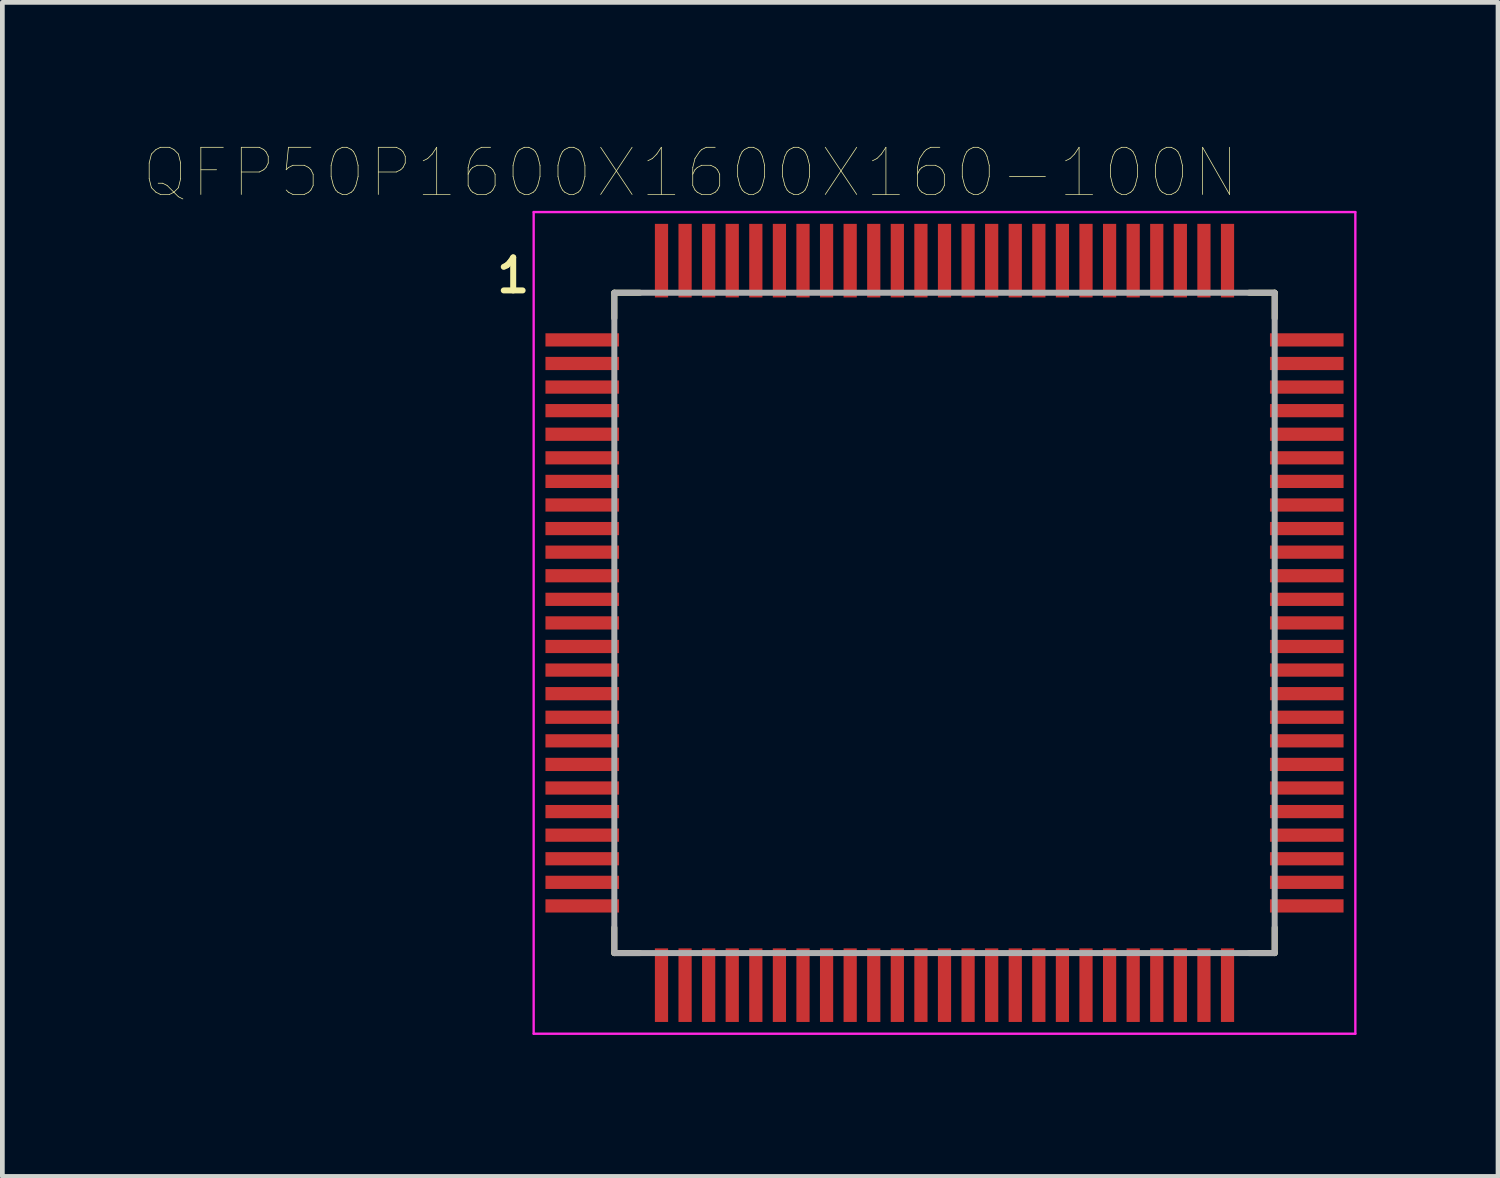
<source format=kicad_pcb>
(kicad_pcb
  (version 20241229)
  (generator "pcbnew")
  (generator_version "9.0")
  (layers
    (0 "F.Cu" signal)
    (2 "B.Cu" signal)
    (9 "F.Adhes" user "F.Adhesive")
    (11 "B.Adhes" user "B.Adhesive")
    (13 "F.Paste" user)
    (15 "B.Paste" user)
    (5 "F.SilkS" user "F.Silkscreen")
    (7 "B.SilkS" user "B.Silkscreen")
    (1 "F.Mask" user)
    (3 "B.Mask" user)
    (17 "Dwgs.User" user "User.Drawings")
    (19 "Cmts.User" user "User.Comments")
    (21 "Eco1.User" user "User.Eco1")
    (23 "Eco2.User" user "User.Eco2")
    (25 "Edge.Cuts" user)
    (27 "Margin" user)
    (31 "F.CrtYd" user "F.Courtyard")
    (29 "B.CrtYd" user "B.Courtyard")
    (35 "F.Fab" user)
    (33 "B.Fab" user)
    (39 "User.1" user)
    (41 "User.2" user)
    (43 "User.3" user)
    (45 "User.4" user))
  (footprint "QFP50P1600X1600X160-100N"
    (layer "F.Cu")
    (at 16.974 10.156)
    (property "Reference" "QFP50P1600X1600X160-100N" (at -5.385 -9.545 0) (layer "F.SilkS") (effects (font (size 1 1) (thickness 0.015))))
    (attr through_hole)
    (fp_line (start -7 -7) (end -7 -6.46) (stroke (width 0.127) (type solid)) (layer "F.SilkS"))
    (fp_line (start -7 -7) (end -6.46 -7) (stroke (width 0.127) (type solid)) (layer "F.SilkS"))
    (fp_line (start -7 7) (end -7 6.46) (stroke (width 0.127) (type solid)) (layer "F.SilkS"))
    (fp_line (start -7 7) (end -6.46 7) (stroke (width 0.127) (type solid)) (layer "F.SilkS"))
    (fp_line (start 7 -7) (end 6.46 -7) (stroke (width 0.127) (type solid)) (layer "F.SilkS"))
    (fp_line (start 7 -7) (end 7 -6.46) (stroke (width 0.127) (type solid)) (layer "F.SilkS"))
    (fp_line (start 7 7) (end 6.46 7) (stroke (width 0.127) (type solid)) (layer "F.SilkS"))
    (fp_line (start 7 7) (end 7 6.46) (stroke (width 0.127) (type solid)) (layer "F.SilkS"))
    (fp_line (start -8.71 -8.71) (end 8.71 -8.71) (stroke (width 0.05) (type solid)) (layer "F.CrtYd"))
    (fp_line (start -8.71 8.71) (end -8.71 -8.71) (stroke (width 0.05) (type solid)) (layer "F.CrtYd"))
    (fp_line (start -8.71 8.71) (end 8.71 8.71) (stroke (width 0.05) (type solid)) (layer "F.CrtYd"))
    (fp_line (start 8.71 8.71) (end 8.71 -8.71) (stroke (width 0.05) (type solid)) (layer "F.CrtYd"))
    (fp_line (start -7 7) (end -7 -7) (stroke (width 0.127) (type solid)) (layer "F.Fab"))
    (fp_line (start 7 -7) (end -7 -7) (stroke (width 0.127) (type solid)) (layer "F.Fab"))
    (fp_line (start 7 7) (end -7 7) (stroke (width 0.127) (type solid)) (layer "F.Fab"))
    (fp_line (start 7 7) (end 7 -7) (stroke (width 0.127) (type solid)) (layer "F.Fab"))
    (fp_text user "1" (at -9.144 -7.366 0) (layer "F.SilkS") (effects (font (size 0.7 0.7) (thickness 0.127))))
    (pad "1" smd rect (at -7.68 -6) (size 1.56 0.28) (layers "F.Cu" "F.Mask" "F.Paste"))
    (pad "2" smd rect (at -7.68 -5.5) (size 1.56 0.28) (layers "F.Cu" "F.Mask" "F.Paste"))
    (pad "3" smd rect (at -7.68 -5) (size 1.56 0.28) (layers "F.Cu" "F.Mask" "F.Paste"))
    (pad "4" smd rect (at -7.68 -4.5) (size 1.56 0.28) (layers "F.Cu" "F.Mask" "F.Paste"))
    (pad "5" smd rect (at -7.68 -4) (size 1.56 0.28) (layers "F.Cu" "F.Mask" "F.Paste"))
    (pad "6" smd rect (at -7.68 -3.5) (size 1.56 0.28) (layers "F.Cu" "F.Mask" "F.Paste"))
    (pad "7" smd rect (at -7.68 -3) (size 1.56 0.28) (layers "F.Cu" "F.Mask" "F.Paste"))
    (pad "8" smd rect (at -7.68 -2.5) (size 1.56 0.28) (layers "F.Cu" "F.Mask" "F.Paste"))
    (pad "9" smd rect (at -7.68 -2) (size 1.56 0.28) (layers "F.Cu" "F.Mask" "F.Paste"))
    (pad "10" smd rect (at -7.68 -1.5) (size 1.56 0.28) (layers "F.Cu" "F.Mask" "F.Paste"))
    (pad "11" smd rect (at -7.68 -1) (size 1.56 0.28) (layers "F.Cu" "F.Mask" "F.Paste"))
    (pad "12" smd rect (at -7.68 -0.5) (size 1.56 0.28) (layers "F.Cu" "F.Mask" "F.Paste"))
    (pad "13" smd rect (at -7.68 0) (size 1.56 0.28) (layers "F.Cu" "F.Mask" "F.Paste"))
    (pad "14" smd rect (at -7.68 0.5) (size 1.56 0.28) (layers "F.Cu" "F.Mask" "F.Paste"))
    (pad "15" smd rect (at -7.68 1) (size 1.56 0.28) (layers "F.Cu" "F.Mask" "F.Paste"))
    (pad "16" smd rect (at -7.68 1.5) (size 1.56 0.28) (layers "F.Cu" "F.Mask" "F.Paste"))
    (pad "17" smd rect (at -7.68 2) (size 1.56 0.28) (layers "F.Cu" "F.Mask" "F.Paste"))
    (pad "18" smd rect (at -7.68 2.5) (size 1.56 0.28) (layers "F.Cu" "F.Mask" "F.Paste"))
    (pad "19" smd rect (at -7.68 3) (size 1.56 0.28) (layers "F.Cu" "F.Mask" "F.Paste"))
    (pad "20" smd rect (at -7.68 3.5) (size 1.56 0.28) (layers "F.Cu" "F.Mask" "F.Paste"))
    (pad "21" smd rect (at -7.68 4) (size 1.56 0.28) (layers "F.Cu" "F.Mask" "F.Paste"))
    (pad "22" smd rect (at -7.68 4.5) (size 1.56 0.28) (layers "F.Cu" "F.Mask" "F.Paste"))
    (pad "23" smd rect (at -7.68 5) (size 1.56 0.28) (layers "F.Cu" "F.Mask" "F.Paste"))
    (pad "24" smd rect (at -7.68 5.5) (size 1.56 0.28) (layers "F.Cu" "F.Mask" "F.Paste"))
    (pad "25" smd rect (at -7.68 6) (size 1.56 0.28) (layers "F.Cu" "F.Mask" "F.Paste"))
    (pad "26" smd rect (at -6 7.68) (size 0.28 1.56) (layers "F.Cu" "F.Mask" "F.Paste"))
    (pad "27" smd rect (at -5.5 7.68) (size 0.28 1.56) (layers "F.Cu" "F.Mask" "F.Paste"))
    (pad "28" smd rect (at -5 7.68) (size 0.28 1.56) (layers "F.Cu" "F.Mask" "F.Paste"))
    (pad "29" smd rect (at -4.5 7.68) (size 0.28 1.56) (layers "F.Cu" "F.Mask" "F.Paste"))
    (pad "30" smd rect (at -4 7.68) (size 0.28 1.56) (layers "F.Cu" "F.Mask" "F.Paste"))
    (pad "31" smd rect (at -3.5 7.68) (size 0.28 1.56) (layers "F.Cu" "F.Mask" "F.Paste"))
    (pad "32" smd rect (at -3 7.68) (size 0.28 1.56) (layers "F.Cu" "F.Mask" "F.Paste"))
    (pad "33" smd rect (at -2.5 7.68) (size 0.28 1.56) (layers "F.Cu" "F.Mask" "F.Paste"))
    (pad "34" smd rect (at -2 7.68) (size 0.28 1.56) (layers "F.Cu" "F.Mask" "F.Paste"))
    (pad "35" smd rect (at -1.5 7.68) (size 0.28 1.56) (layers "F.Cu" "F.Mask" "F.Paste"))
    (pad "36" smd rect (at -1 7.68) (size 0.28 1.56) (layers "F.Cu" "F.Mask" "F.Paste"))
    (pad "37" smd rect (at -0.5 7.68) (size 0.28 1.56) (layers "F.Cu" "F.Mask" "F.Paste"))
    (pad "38" smd rect (at 0 7.68) (size 0.28 1.56) (layers "F.Cu" "F.Mask" "F.Paste"))
    (pad "39" smd rect (at 0.5 7.68) (size 0.28 1.56) (layers "F.Cu" "F.Mask" "F.Paste"))
    (pad "40" smd rect (at 1 7.68) (size 0.28 1.56) (layers "F.Cu" "F.Mask" "F.Paste"))
    (pad "41" smd rect (at 1.5 7.68) (size 0.28 1.56) (layers "F.Cu" "F.Mask" "F.Paste"))
    (pad "42" smd rect (at 2 7.68) (size 0.28 1.56) (layers "F.Cu" "F.Mask" "F.Paste"))
    (pad "43" smd rect (at 2.5 7.68) (size 0.28 1.56) (layers "F.Cu" "F.Mask" "F.Paste"))
    (pad "44" smd rect (at 3 7.68) (size 0.28 1.56) (layers "F.Cu" "F.Mask" "F.Paste"))
    (pad "45" smd rect (at 3.5 7.68) (size 0.28 1.56) (layers "F.Cu" "F.Mask" "F.Paste"))
    (pad "46" smd rect (at 4 7.68) (size 0.28 1.56) (layers "F.Cu" "F.Mask" "F.Paste"))
    (pad "47" smd rect (at 4.5 7.68) (size 0.28 1.56) (layers "F.Cu" "F.Mask" "F.Paste"))
    (pad "48" smd rect (at 5 7.68) (size 0.28 1.56) (layers "F.Cu" "F.Mask" "F.Paste"))
    (pad "49" smd rect (at 5.5 7.68) (size 0.28 1.56) (layers "F.Cu" "F.Mask" "F.Paste"))
    (pad "50" smd rect (at 6 7.68) (size 0.28 1.56) (layers "F.Cu" "F.Mask" "F.Paste"))
    (pad "51" smd rect (at 7.68 6) (size 1.56 0.28) (layers "F.Cu" "F.Mask" "F.Paste"))
    (pad "52" smd rect (at 7.68 5.5) (size 1.56 0.28) (layers "F.Cu" "F.Mask" "F.Paste"))
    (pad "53" smd rect (at 7.68 5) (size 1.56 0.28) (layers "F.Cu" "F.Mask" "F.Paste"))
    (pad "54" smd rect (at 7.68 4.5) (size 1.56 0.28) (layers "F.Cu" "F.Mask" "F.Paste"))
    (pad "55" smd rect (at 7.68 4) (size 1.56 0.28) (layers "F.Cu" "F.Mask" "F.Paste"))
    (pad "56" smd rect (at 7.68 3.5) (size 1.56 0.28) (layers "F.Cu" "F.Mask" "F.Paste"))
    (pad "57" smd rect (at 7.68 3) (size 1.56 0.28) (layers "F.Cu" "F.Mask" "F.Paste"))
    (pad "58" smd rect (at 7.68 2.5) (size 1.56 0.28) (layers "F.Cu" "F.Mask" "F.Paste"))
    (pad "59" smd rect (at 7.68 2) (size 1.56 0.28) (layers "F.Cu" "F.Mask" "F.Paste"))
    (pad "60" smd rect (at 7.68 1.5) (size 1.56 0.28) (layers "F.Cu" "F.Mask" "F.Paste"))
    (pad "61" smd rect (at 7.68 1) (size 1.56 0.28) (layers "F.Cu" "F.Mask" "F.Paste"))
    (pad "62" smd rect (at 7.68 0.5) (size 1.56 0.28) (layers "F.Cu" "F.Mask" "F.Paste"))
    (pad "63" smd rect (at 7.68 0) (size 1.56 0.28) (layers "F.Cu" "F.Mask" "F.Paste"))
    (pad "64" smd rect (at 7.68 -0.5) (size 1.56 0.28) (layers "F.Cu" "F.Mask" "F.Paste"))
    (pad "65" smd rect (at 7.68 -1) (size 1.56 0.28) (layers "F.Cu" "F.Mask" "F.Paste"))
    (pad "66" smd rect (at 7.68 -1.5) (size 1.56 0.28) (layers "F.Cu" "F.Mask" "F.Paste"))
    (pad "67" smd rect (at 7.68 -2) (size 1.56 0.28) (layers "F.Cu" "F.Mask" "F.Paste"))
    (pad "68" smd rect (at 7.68 -2.5) (size 1.56 0.28) (layers "F.Cu" "F.Mask" "F.Paste"))
    (pad "69" smd rect (at 7.68 -3) (size 1.56 0.28) (layers "F.Cu" "F.Mask" "F.Paste"))
    (pad "70" smd rect (at 7.68 -3.5) (size 1.56 0.28) (layers "F.Cu" "F.Mask" "F.Paste"))
    (pad "71" smd rect (at 7.68 -4) (size 1.56 0.28) (layers "F.Cu" "F.Mask" "F.Paste"))
    (pad "72" smd rect (at 7.68 -4.5) (size 1.56 0.28) (layers "F.Cu" "F.Mask" "F.Paste"))
    (pad "73" smd rect (at 7.68 -5) (size 1.56 0.28) (layers "F.Cu" "F.Mask" "F.Paste"))
    (pad "74" smd rect (at 7.68 -5.5) (size 1.56 0.28) (layers "F.Cu" "F.Mask" "F.Paste"))
    (pad "75" smd rect (at 7.68 -6) (size 1.56 0.28) (layers "F.Cu" "F.Mask" "F.Paste"))
    (pad "76" smd rect (at 6 -7.68) (size 0.28 1.56) (layers "F.Cu" "F.Mask" "F.Paste"))
    (pad "77" smd rect (at 5.5 -7.68) (size 0.28 1.56) (layers "F.Cu" "F.Mask" "F.Paste"))
    (pad "78" smd rect (at 5 -7.68) (size 0.28 1.56) (layers "F.Cu" "F.Mask" "F.Paste"))
    (pad "79" smd rect (at 4.5 -7.68) (size 0.28 1.56) (layers "F.Cu" "F.Mask" "F.Paste"))
    (pad "80" smd rect (at 4 -7.68) (size 0.28 1.56) (layers "F.Cu" "F.Mask" "F.Paste"))
    (pad "81" smd rect (at 3.5 -7.68) (size 0.28 1.56) (layers "F.Cu" "F.Mask" "F.Paste"))
    (pad "82" smd rect (at 3 -7.68) (size 0.28 1.56) (layers "F.Cu" "F.Mask" "F.Paste"))
    (pad "83" smd rect (at 2.5 -7.68) (size 0.28 1.56) (layers "F.Cu" "F.Mask" "F.Paste"))
    (pad "84" smd rect (at 2 -7.68) (size 0.28 1.56) (layers "F.Cu" "F.Mask" "F.Paste"))
    (pad "85" smd rect (at 1.5 -7.68) (size 0.28 1.56) (layers "F.Cu" "F.Mask" "F.Paste"))
    (pad "86" smd rect (at 1 -7.68) (size 0.28 1.56) (layers "F.Cu" "F.Mask" "F.Paste"))
    (pad "87" smd rect (at 0.5 -7.68) (size 0.28 1.56) (layers "F.Cu" "F.Mask" "F.Paste"))
    (pad "88" smd rect (at 0 -7.68) (size 0.28 1.56) (layers "F.Cu" "F.Mask" "F.Paste"))
    (pad "89" smd rect (at -0.5 -7.68) (size 0.28 1.56) (layers "F.Cu" "F.Mask" "F.Paste"))
    (pad "90" smd rect (at -1 -7.68) (size 0.28 1.56) (layers "F.Cu" "F.Mask" "F.Paste"))
    (pad "91" smd rect (at -1.5 -7.68) (size 0.28 1.56) (layers "F.Cu" "F.Mask" "F.Paste"))
    (pad "92" smd rect (at -2 -7.68) (size 0.28 1.56) (layers "F.Cu" "F.Mask" "F.Paste"))
    (pad "93" smd rect (at -2.5 -7.68) (size 0.28 1.56) (layers "F.Cu" "F.Mask" "F.Paste"))
    (pad "94" smd rect (at -3 -7.68) (size 0.28 1.56) (layers "F.Cu" "F.Mask" "F.Paste"))
    (pad "95" smd rect (at -3.5 -7.68) (size 0.28 1.56) (layers "F.Cu" "F.Mask" "F.Paste"))
    (pad "96" smd rect (at -4 -7.68) (size 0.28 1.56) (layers "F.Cu" "F.Mask" "F.Paste"))
    (pad "97" smd rect (at -4.5 -7.68) (size 0.28 1.56) (layers "F.Cu" "F.Mask" "F.Paste"))
    (pad "98" smd rect (at -5 -7.68) (size 0.28 1.56) (layers "F.Cu" "F.Mask" "F.Paste"))
    (pad "99" smd rect (at -5.5 -7.68) (size 0.28 1.56) (layers "F.Cu" "F.Mask" "F.Paste"))
    (pad "100" smd rect (at -6 -7.68) (size 0.28 1.56) (layers "F.Cu" "F.Mask" "F.Paste")))
  (gr_rect
    (start -3 -3)
    (end 28.709 21.891)
    (stroke (width 0.1) (type default))
    (fill no)
    (layer "Edge.Cuts")))
</source>
